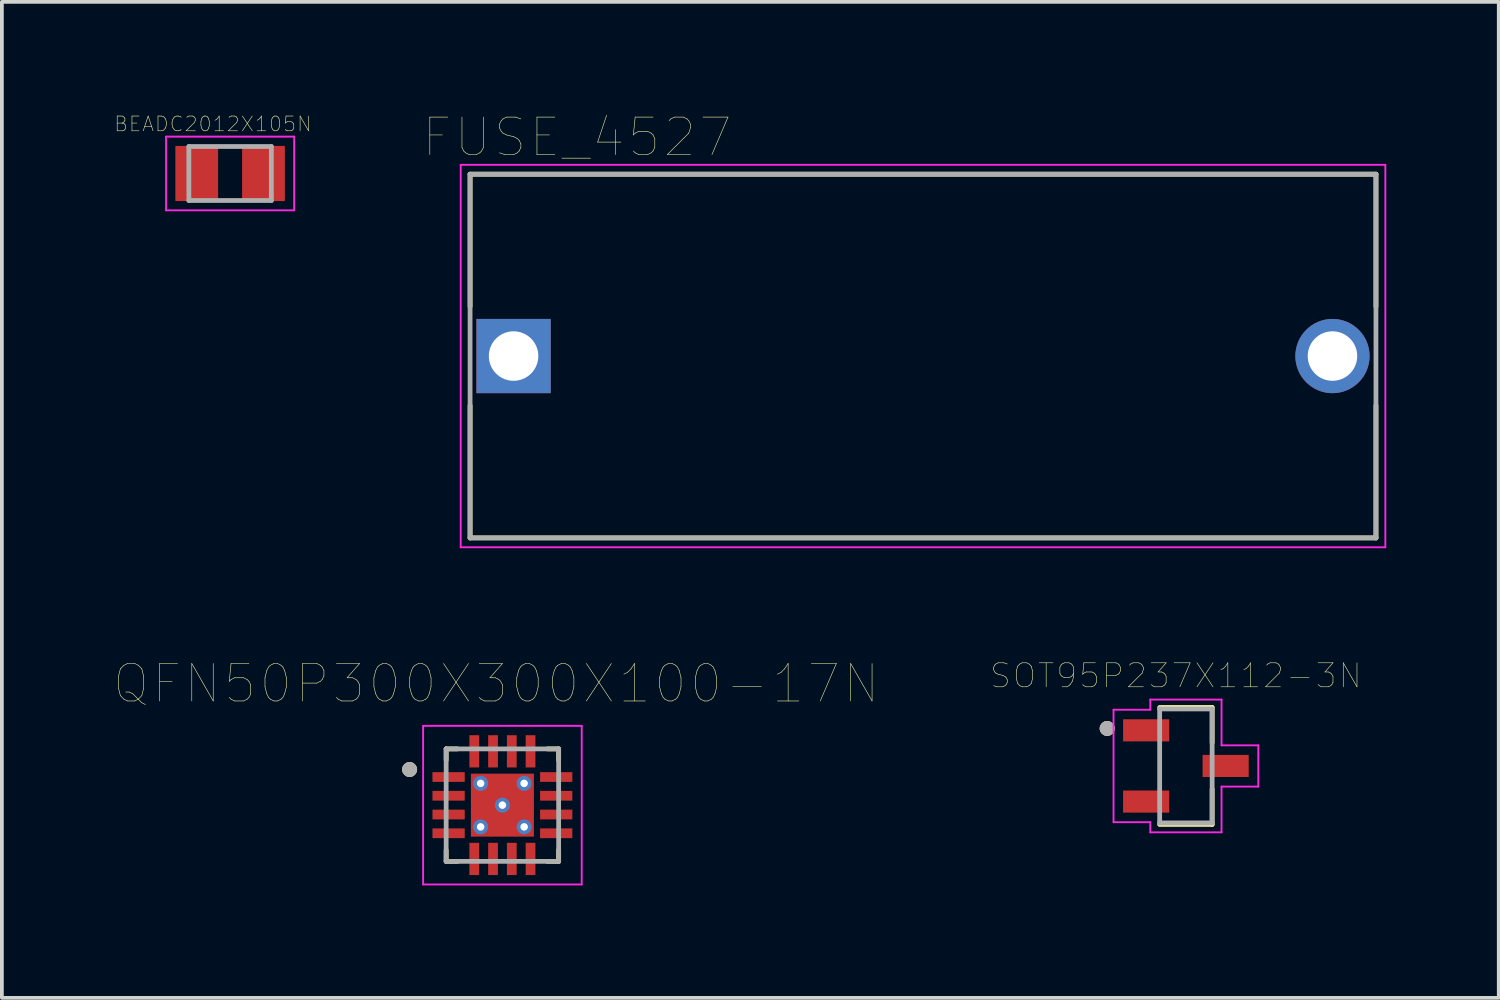
<source format=kicad_pcb>
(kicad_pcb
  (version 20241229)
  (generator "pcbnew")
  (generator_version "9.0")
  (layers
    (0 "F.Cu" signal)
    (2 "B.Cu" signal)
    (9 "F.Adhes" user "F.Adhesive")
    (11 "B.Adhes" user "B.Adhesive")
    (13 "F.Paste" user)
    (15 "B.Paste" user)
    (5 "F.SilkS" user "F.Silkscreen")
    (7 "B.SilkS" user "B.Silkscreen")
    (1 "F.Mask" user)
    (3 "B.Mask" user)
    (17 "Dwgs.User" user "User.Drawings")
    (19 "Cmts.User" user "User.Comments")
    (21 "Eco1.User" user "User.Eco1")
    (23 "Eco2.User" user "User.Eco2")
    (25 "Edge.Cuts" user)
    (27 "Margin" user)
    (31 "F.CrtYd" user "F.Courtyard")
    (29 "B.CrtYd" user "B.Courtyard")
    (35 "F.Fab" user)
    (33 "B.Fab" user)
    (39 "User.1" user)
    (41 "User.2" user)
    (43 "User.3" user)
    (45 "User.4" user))
  (footprint "QFN50P300X300X100-17N"
    (layer "F.Cu")
    (at 10.349 18.423)
    (property "Reference" "QFN50P300X300X100-17N" (at -0.165 -3.24 0) (layer "F.SilkS") (effects (font (size 1 1) (thickness 0.015))))
    (attr through_hole)
    (fp_line (start -1.5 -1.5) (end -1.5 -1.2) (stroke (width 0.127) (type solid)) (layer "F.SilkS"))
    (fp_line (start -1.5 -1.5) (end -1.2 -1.5) (stroke (width 0.127) (type solid)) (layer "F.SilkS"))
    (fp_line (start -1.5 1.5) (end -1.5 1.2) (stroke (width 0.127) (type solid)) (layer "F.SilkS"))
    (fp_line (start -1.5 1.5) (end -1.2 1.5) (stroke (width 0.127) (type solid)) (layer "F.SilkS"))
    (fp_line (start 1.5 -1.5) (end 1.2 -1.5) (stroke (width 0.127) (type solid)) (layer "F.SilkS"))
    (fp_line (start 1.5 -1.5) (end 1.5 -1.2) (stroke (width 0.127) (type solid)) (layer "F.SilkS"))
    (fp_line (start 1.5 1.5) (end 1.2 1.5) (stroke (width 0.127) (type solid)) (layer "F.SilkS"))
    (fp_line (start 1.5 1.5) (end 1.5 1.2) (stroke (width 0.127) (type solid)) (layer "F.SilkS"))
    (fp_circle (center -2.475 -0.95) (end -2.375 -0.95) (stroke (width 0.2) (type solid)) (fill no) (layer "F.SilkS"))
    (fp_poly (pts (xy -0.53 -0.53) (xy 0.53 -0.53) (xy 0.53 0.53) (xy -0.53 0.53)) (stroke (width 0.01) (type solid)) (fill yes) (layer "F.Paste"))
    (fp_line (start -2.115 -2.115) (end 2.115 -2.115) (stroke (width 0.05) (type solid)) (layer "F.CrtYd"))
    (fp_line (start -2.115 2.115) (end -2.115 -2.115) (stroke (width 0.05) (type solid)) (layer "F.CrtYd"))
    (fp_line (start -2.115 2.115) (end 2.115 2.115) (stroke (width 0.05) (type solid)) (layer "F.CrtYd"))
    (fp_line (start 2.115 2.115) (end 2.115 -2.115) (stroke (width 0.05) (type solid)) (layer "F.CrtYd"))
    (fp_line (start -1.5 1.5) (end -1.5 -1.5) (stroke (width 0.127) (type solid)) (layer "F.Fab"))
    (fp_line (start 1.5 -1.5) (end -1.5 -1.5) (stroke (width 0.127) (type solid)) (layer "F.Fab"))
    (fp_line (start 1.5 1.5) (end -1.5 1.5) (stroke (width 0.127) (type solid)) (layer "F.Fab"))
    (fp_line (start 1.5 1.5) (end 1.5 -1.5) (stroke (width 0.127) (type solid)) (layer "F.Fab"))
    (fp_circle (center -2.475 -0.95) (end -2.375 -0.95) (stroke (width 0.2) (type solid)) (fill no) (layer "F.Fab"))
    (pad "1" smd rect (at -1.435 -0.75) (size 0.86 0.26) (layers "F.Cu" "F.Mask" "F.Paste"))
    (pad "2" smd rect (at -1.435 -0.25) (size 0.86 0.26) (layers "F.Cu" "F.Mask" "F.Paste"))
    (pad "3" smd rect (at -1.435 0.25) (size 0.86 0.26) (layers "F.Cu" "F.Mask" "F.Paste"))
    (pad "4" smd rect (at -1.435 0.75) (size 0.86 0.26) (layers "F.Cu" "F.Mask" "F.Paste"))
    (pad "5" smd rect (at -0.75 1.435) (size 0.26 0.86) (layers "F.Cu" "F.Mask" "F.Paste"))
    (pad "6" smd rect (at -0.25 1.435) (size 0.26 0.86) (layers "F.Cu" "F.Mask" "F.Paste"))
    (pad "7" smd rect (at 0.25 1.435) (size 0.26 0.86) (layers "F.Cu" "F.Mask" "F.Paste"))
    (pad "8" smd rect (at 0.75 1.435) (size 0.26 0.86) (layers "F.Cu" "F.Mask" "F.Paste"))
    (pad "9" smd rect (at 1.435 0.75) (size 0.86 0.26) (layers "F.Cu" "F.Mask" "F.Paste"))
    (pad "10" smd rect (at 1.435 0.25) (size 0.86 0.26) (layers "F.Cu" "F.Mask" "F.Paste"))
    (pad "11" smd rect (at 1.435 -0.25) (size 0.86 0.26) (layers "F.Cu" "F.Mask" "F.Paste"))
    (pad "12" smd rect (at 1.435 -0.75) (size 0.86 0.26) (layers "F.Cu" "F.Mask" "F.Paste"))
    (pad "13" smd rect (at 0.75 -1.435) (size 0.26 0.86) (layers "F.Cu" "F.Mask" "F.Paste"))
    (pad "14" smd rect (at 0.25 -1.435) (size 0.26 0.86) (layers "F.Cu" "F.Mask" "F.Paste"))
    (pad "15" smd rect (at -0.25 -1.435) (size 0.26 0.86) (layers "F.Cu" "F.Mask" "F.Paste"))
    (pad "16" smd rect (at -0.75 -1.435) (size 0.26 0.86) (layers "F.Cu" "F.Mask" "F.Paste"))
    (pad "17" smd rect (at 0 0) (size 1.68 1.68) (layers "F.Cu" "F.Mask"))
    (pad "18" thru_hole circle (at 0 0) (size 0.4 0.4) (drill 0.2) (layers "*.Cu"))
    (pad "19" thru_hole circle (at -0.58 -0.58) (size 0.4 0.4) (drill 0.2) (layers "*.Cu"))
    (pad "20" thru_hole circle (at 0.58 -0.58) (size 0.4 0.4) (drill 0.2) (layers "*.Cu"))
    (pad "21" thru_hole circle (at -0.58 0.58) (size 0.4 0.4) (drill 0.2) (layers "*.Cu"))
    (pad "22" thru_hole circle (at 0.58 0.58) (size 0.4 0.4) (drill 0.2) (layers "*.Cu")))
  (footprint "SOT95P237X112-3N"
    (layer "F.Cu")
    (at 28.578 17.378)
    (property "Reference" "SOT95P237X112-3N" (at -0.268 -2.406 0) (layer "F.SilkS") (effects (font (size 0.64 0.64) (thickness 0.015))))
    (attr through_hole)
    (fp_line (start -0.7 -1.56) (end 0.7 -1.56) (stroke (width 0.127) (type solid)) (layer "F.SilkS"))
    (fp_line (start -0.7 1.56) (end 0.7 1.56) (stroke (width 0.127) (type solid)) (layer "F.SilkS"))
    (fp_line (start 0.7 -1.56) (end 0.7 -0.62) (stroke (width 0.127) (type solid)) (layer "F.SilkS"))
    (fp_line (start 0.7 0.62) (end 0.7 1.56) (stroke (width 0.127) (type solid)) (layer "F.SilkS"))
    (fp_circle (center -2.1 -1) (end -2 -1) (stroke (width 0.2) (type solid)) (fill no) (layer "F.SilkS"))
    (fp_line (start -1.93 -1.5) (end -1.93 1.5) (stroke (width 0.05) (type solid)) (layer "F.CrtYd"))
    (fp_line (start -1.93 1.5) (end -0.95 1.5) (stroke (width 0.05) (type solid)) (layer "F.CrtYd"))
    (fp_line (start -0.95 -1.77) (end -0.95 -1.5) (stroke (width 0.05) (type solid)) (layer "F.CrtYd"))
    (fp_line (start -0.95 -1.77) (end 0.95 -1.77) (stroke (width 0.05) (type solid)) (layer "F.CrtYd"))
    (fp_line (start -0.95 -1.5) (end -1.93 -1.5) (stroke (width 0.05) (type solid)) (layer "F.CrtYd"))
    (fp_line (start -0.95 1.5) (end -0.95 1.77) (stroke (width 0.05) (type solid)) (layer "F.CrtYd"))
    (fp_line (start -0.95 1.77) (end 0.95 1.77) (stroke (width 0.05) (type solid)) (layer "F.CrtYd"))
    (fp_line (start 0.95 -1.77) (end 0.95 -0.55) (stroke (width 0.05) (type solid)) (layer "F.CrtYd"))
    (fp_line (start 0.95 -0.55) (end 1.93 -0.55) (stroke (width 0.05) (type solid)) (layer "F.CrtYd"))
    (fp_line (start 0.95 0.55) (end 0.95 1.77) (stroke (width 0.05) (type solid)) (layer "F.CrtYd"))
    (fp_line (start 1.93 -0.55) (end 1.93 0.55) (stroke (width 0.05) (type solid)) (layer "F.CrtYd"))
    (fp_line (start 1.93 0.55) (end 0.95 0.55) (stroke (width 0.05) (type solid)) (layer "F.CrtYd"))
    (fp_line (start -0.7 -1.52) (end 0.7 -1.52) (stroke (width 0.127) (type solid)) (layer "F.Fab"))
    (fp_line (start -0.7 1.52) (end -0.7 -1.52) (stroke (width 0.127) (type solid)) (layer "F.Fab"))
    (fp_line (start 0.7 -1.52) (end 0.7 1.52) (stroke (width 0.127) (type solid)) (layer "F.Fab"))
    (fp_line (start 0.7 1.52) (end -0.7 1.52) (stroke (width 0.127) (type solid)) (layer "F.Fab"))
    (fp_circle (center -2.1 -1) (end -2 -1) (stroke (width 0.2) (type solid)) (fill no) (layer "F.Fab"))
    (pad "1" smd rect (at -1.06 -0.95) (size 1.23 0.59) (layers "F.Cu" "F.Mask" "F.Paste"))
    (pad "2" smd rect (at -1.06 0.95) (size 1.23 0.59) (layers "F.Cu" "F.Mask" "F.Paste"))
    (pad "3" smd rect (at 1.06 0) (size 1.23 0.59) (layers "F.Cu" "F.Mask" "F.Paste")))
  (footprint "BEADC2012X105N"
    (layer "F.Cu")
    (at 3.087 1.577)
    (property "Reference" "BEADC2012X105N" (at -0.46 -1.32 0) (layer "F.SilkS") (effects (font (size 0.394 0.394) (thickness 0.015))))
    (attr through_hole)
    (fp_line (start -1.708 -0.983) (end 1.708 -0.983) (stroke (width 0.05) (type solid)) (layer "F.CrtYd"))
    (fp_line (start -1.708 0.983) (end -1.708 -0.983) (stroke (width 0.05) (type solid)) (layer "F.CrtYd"))
    (fp_line (start -1.708 0.983) (end 1.708 0.983) (stroke (width 0.05) (type solid)) (layer "F.CrtYd"))
    (fp_line (start 1.708 0.983) (end 1.708 -0.983) (stroke (width 0.05) (type solid)) (layer "F.CrtYd"))
    (fp_line (start -1.1 0.72) (end -1.1 -0.72) (stroke (width 0.127) (type solid)) (layer "F.Fab"))
    (fp_line (start 1.1 -0.72) (end -1.1 -0.72) (stroke (width 0.127) (type solid)) (layer "F.Fab"))
    (fp_line (start 1.1 0.72) (end -1.1 0.72) (stroke (width 0.127) (type solid)) (layer "F.Fab"))
    (fp_line (start 1.1 0.72) (end 1.1 -0.72) (stroke (width 0.127) (type solid)) (layer "F.Fab"))
    (pad "1" smd rect (at -0.89 0) (size 1.14 1.47) (layers "F.Cu" "F.Mask" "F.Paste"))
    (pad "2" smd rect (at 0.89 0) (size 1.14 1.47) (layers "F.Cu" "F.Mask" "F.Paste")))
  (footprint "FUSE_4527"
    (layer "F.Cu")
    (at 21.567 6.446)
    (property "Reference" "FUSE_4527" (at -9.225 -5.835 0) (layer "F.SilkS") (effects (font (size 1 1) (thickness 0.015))))
    (attr through_hole)
    (fp_line (start -12.08 -4.85) (end -12.08 -1.32) (stroke (width 0.127) (type solid)) (layer "F.SilkS"))
    (fp_line (start -12.08 -4.85) (end 12.08 -4.85) (stroke (width 0.127) (type solid)) (layer "F.SilkS"))
    (fp_line (start -12.08 4.85) (end -12.08 1.32) (stroke (width 0.127) (type solid)) (layer "F.SilkS"))
    (fp_line (start -12.08 4.85) (end 12.08 4.85) (stroke (width 0.127) (type solid)) (layer "F.SilkS"))
    (fp_line (start 12.08 -4.85) (end 12.08 -1.32) (stroke (width 0.127) (type solid)) (layer "F.SilkS"))
    (fp_line (start 12.08 4.85) (end 12.08 1.32) (stroke (width 0.127) (type solid)) (layer "F.SilkS"))
    (fp_line (start -12.33 -5.1) (end 12.33 -5.1) (stroke (width 0.05) (type solid)) (layer "F.CrtYd"))
    (fp_line (start -12.33 5.1) (end -12.33 -5.1) (stroke (width 0.05) (type solid)) (layer "F.CrtYd"))
    (fp_line (start 12.33 -5.1) (end 12.33 5.1) (stroke (width 0.05) (type solid)) (layer "F.CrtYd"))
    (fp_line (start 12.33 5.1) (end -12.33 5.1) (stroke (width 0.05) (type solid)) (layer "F.CrtYd"))
    (fp_line (start -12.08 -4.85) (end 12.08 -4.85) (stroke (width 0.127) (type solid)) (layer "F.Fab"))
    (fp_line (start -12.08 4.85) (end -12.08 -4.85) (stroke (width 0.127) (type solid)) (layer "F.Fab"))
    (fp_line (start 12.08 -4.85) (end 12.08 4.85) (stroke (width 0.127) (type solid)) (layer "F.Fab"))
    (fp_line (start 12.08 4.85) (end -12.08 4.85) (stroke (width 0.127) (type solid)) (layer "F.Fab"))
    (pad "1" thru_hole rect (at -10.92 0) (size 1.98 1.98) (drill 1.32) (layers "*.Cu" "*.Mask"))
    (pad "2" thru_hole circle (at 10.92 0) (size 1.98 1.98) (drill 1.32) (layers "*.Cu" "*.Mask")))
  (gr_rect
    (start -3 -3)
    (end 36.922 23.563)
    (stroke (width 0.1) (type default))
    (fill no)
    (layer "Edge.Cuts")))
</source>
